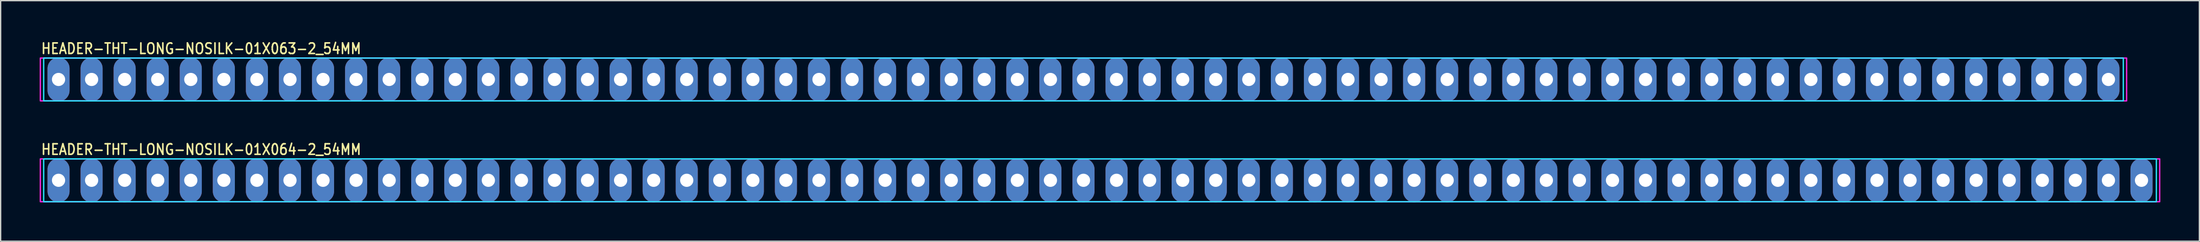
<source format=kicad_pcb>
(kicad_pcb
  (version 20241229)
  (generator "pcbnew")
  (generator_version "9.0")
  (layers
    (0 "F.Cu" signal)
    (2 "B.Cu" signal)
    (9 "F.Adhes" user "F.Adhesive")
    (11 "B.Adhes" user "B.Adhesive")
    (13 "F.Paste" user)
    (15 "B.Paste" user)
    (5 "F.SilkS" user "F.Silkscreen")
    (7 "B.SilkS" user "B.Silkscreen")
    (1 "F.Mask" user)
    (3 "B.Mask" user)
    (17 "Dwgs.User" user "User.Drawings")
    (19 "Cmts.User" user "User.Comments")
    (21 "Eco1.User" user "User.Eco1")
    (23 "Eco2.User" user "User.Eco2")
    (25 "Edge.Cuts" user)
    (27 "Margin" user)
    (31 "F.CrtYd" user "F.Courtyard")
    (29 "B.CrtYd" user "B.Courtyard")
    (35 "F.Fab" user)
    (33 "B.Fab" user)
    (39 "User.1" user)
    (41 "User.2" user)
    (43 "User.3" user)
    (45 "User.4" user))
  (footprint "HEADER-THT-LONG-NOSILK-01X064-2_54MM"
    (layer "F.Cu")
    (at 1.447 10.858)
    (property "Reference" "HEADER-THT-LONG-NOSILK-01X064-2_54MM" (at -1.4 -1.9 0) (unlocked yes) (layer "F.SilkS") (effects (font (size 0.813 0.695) (thickness 0.122)) (justify left bottom)))
    (fp_poly (pts (xy -1.143 -1.651) (xy 161.163 -1.651) (xy 161.163 1.651) (xy -1.143 1.651)) (stroke (width 0.1) (type solid)) (fill no) (layer "B.CrtYd"))
    (fp_poly (pts (xy -1.397 -1.651) (xy 161.417 -1.651) (xy 161.417 1.651) (xy -1.397 1.651)) (stroke (width 0.1) (type solid)) (fill no) (layer "F.CrtYd"))
    (pad "1" thru_hole oval (at 0 0 90) (size 3.387 1.693) (drill 1.016) (layers "*.Cu" "*.Mask"))
    (pad "2" thru_hole oval (at 2.54 0 90) (size 3.387 1.693) (drill 1.016) (layers "*.Cu" "*.Mask"))
    (pad "3" thru_hole oval (at 5.08 0 90) (size 3.387 1.693) (drill 1.016) (layers "*.Cu" "*.Mask"))
    (pad "4" thru_hole oval (at 7.62 0 90) (size 3.387 1.693) (drill 1.016) (layers "*.Cu" "*.Mask"))
    (pad "5" thru_hole oval (at 10.16 0 90) (size 3.387 1.693) (drill 1.016) (layers "*.Cu" "*.Mask"))
    (pad "6" thru_hole oval (at 12.7 0 90) (size 3.387 1.693) (drill 1.016) (layers "*.Cu" "*.Mask"))
    (pad "7" thru_hole oval (at 15.24 0 90) (size 3.387 1.693) (drill 1.016) (layers "*.Cu" "*.Mask"))
    (pad "8" thru_hole oval (at 17.78 0 90) (size 3.387 1.693) (drill 1.016) (layers "*.Cu" "*.Mask"))
    (pad "9" thru_hole oval (at 20.32 0 90) (size 3.387 1.693) (drill 1.016) (layers "*.Cu" "*.Mask"))
    (pad "10" thru_hole oval (at 22.86 0 90) (size 3.387 1.693) (drill 1.016) (layers "*.Cu" "*.Mask"))
    (pad "11" thru_hole oval (at 25.4 0 90) (size 3.387 1.693) (drill 1.016) (layers "*.Cu" "*.Mask"))
    (pad "12" thru_hole oval (at 27.94 0 90) (size 3.387 1.693) (drill 1.016) (layers "*.Cu" "*.Mask"))
    (pad "13" thru_hole oval (at 30.48 0 90) (size 3.387 1.693) (drill 1.016) (layers "*.Cu" "*.Mask"))
    (pad "14" thru_hole oval (at 33.02 0 90) (size 3.387 1.693) (drill 1.016) (layers "*.Cu" "*.Mask"))
    (pad "15" thru_hole oval (at 35.56 0 90) (size 3.387 1.693) (drill 1.016) (layers "*.Cu" "*.Mask"))
    (pad "16" thru_hole oval (at 38.1 0 90) (size 3.387 1.693) (drill 1.016) (layers "*.Cu" "*.Mask"))
    (pad "17" thru_hole oval (at 40.64 0 90) (size 3.387 1.693) (drill 1.016) (layers "*.Cu" "*.Mask"))
    (pad "18" thru_hole oval (at 43.18 0 90) (size 3.387 1.693) (drill 1.016) (layers "*.Cu" "*.Mask"))
    (pad "19" thru_hole oval (at 45.72 0 90) (size 3.387 1.693) (drill 1.016) (layers "*.Cu" "*.Mask"))
    (pad "20" thru_hole oval (at 48.26 0 90) (size 3.387 1.693) (drill 1.016) (layers "*.Cu" "*.Mask"))
    (pad "21" thru_hole oval (at 50.8 0 90) (size 3.387 1.693) (drill 1.016) (layers "*.Cu" "*.Mask"))
    (pad "22" thru_hole oval (at 53.34 0 90) (size 3.387 1.693) (drill 1.016) (layers "*.Cu" "*.Mask"))
    (pad "23" thru_hole oval (at 55.88 0 90) (size 3.387 1.693) (drill 1.016) (layers "*.Cu" "*.Mask"))
    (pad "24" thru_hole oval (at 58.42 0 90) (size 3.387 1.693) (drill 1.016) (layers "*.Cu" "*.Mask"))
    (pad "25" thru_hole oval (at 60.96 0 90) (size 3.387 1.693) (drill 1.016) (layers "*.Cu" "*.Mask"))
    (pad "26" thru_hole oval (at 63.5 0 90) (size 3.387 1.693) (drill 1.016) (layers "*.Cu" "*.Mask"))
    (pad "27" thru_hole oval (at 66.04 0 90) (size 3.387 1.693) (drill 1.016) (layers "*.Cu" "*.Mask"))
    (pad "28" thru_hole oval (at 68.58 0 90) (size 3.387 1.693) (drill 1.016) (layers "*.Cu" "*.Mask"))
    (pad "29" thru_hole oval (at 71.12 0 90) (size 3.387 1.693) (drill 1.016) (layers "*.Cu" "*.Mask"))
    (pad "30" thru_hole oval (at 73.66 0 90) (size 3.387 1.693) (drill 1.016) (layers "*.Cu" "*.Mask"))
    (pad "31" thru_hole oval (at 76.2 0 90) (size 3.387 1.693) (drill 1.016) (layers "*.Cu" "*.Mask"))
    (pad "32" thru_hole oval (at 78.74 0 90) (size 3.387 1.693) (drill 1.016) (layers "*.Cu" "*.Mask"))
    (pad "33" thru_hole oval (at 81.28 0 90) (size 3.387 1.693) (drill 1.016) (layers "*.Cu" "*.Mask"))
    (pad "34" thru_hole oval (at 83.82 0 90) (size 3.387 1.693) (drill 1.016) (layers "*.Cu" "*.Mask"))
    (pad "35" thru_hole oval (at 86.36 0 90) (size 3.387 1.693) (drill 1.016) (layers "*.Cu" "*.Mask"))
    (pad "36" thru_hole oval (at 88.9 0 90) (size 3.387 1.693) (drill 1.016) (layers "*.Cu" "*.Mask"))
    (pad "37" thru_hole oval (at 91.44 0 90) (size 3.387 1.693) (drill 1.016) (layers "*.Cu" "*.Mask"))
    (pad "38" thru_hole oval (at 93.98 0 90) (size 3.387 1.693) (drill 1.016) (layers "*.Cu" "*.Mask"))
    (pad "39" thru_hole oval (at 96.52 0 90) (size 3.387 1.693) (drill 1.016) (layers "*.Cu" "*.Mask"))
    (pad "40" thru_hole oval (at 99.06 0 90) (size 3.387 1.693) (drill 1.016) (layers "*.Cu" "*.Mask"))
    (pad "41" thru_hole oval (at 101.6 0 90) (size 3.387 1.693) (drill 1.016) (layers "*.Cu" "*.Mask"))
    (pad "42" thru_hole oval (at 104.14 0 90) (size 3.387 1.693) (drill 1.016) (layers "*.Cu" "*.Mask"))
    (pad "43" thru_hole oval (at 106.68 0 90) (size 3.387 1.693) (drill 1.016) (layers "*.Cu" "*.Mask"))
    (pad "44" thru_hole oval (at 109.22 0 90) (size 3.387 1.693) (drill 1.016) (layers "*.Cu" "*.Mask"))
    (pad "45" thru_hole oval (at 111.76 0 90) (size 3.387 1.693) (drill 1.016) (layers "*.Cu" "*.Mask"))
    (pad "46" thru_hole oval (at 114.3 0 90) (size 3.387 1.693) (drill 1.016) (layers "*.Cu" "*.Mask"))
    (pad "47" thru_hole oval (at 116.84 0 90) (size 3.387 1.693) (drill 1.016) (layers "*.Cu" "*.Mask"))
    (pad "48" thru_hole oval (at 119.38 0 90) (size 3.387 1.693) (drill 1.016) (layers "*.Cu" "*.Mask"))
    (pad "49" thru_hole oval (at 121.92 0 90) (size 3.387 1.693) (drill 1.016) (layers "*.Cu" "*.Mask"))
    (pad "50" thru_hole oval (at 124.46 0 90) (size 3.387 1.693) (drill 1.016) (layers "*.Cu" "*.Mask"))
    (pad "51" thru_hole oval (at 127 0 90) (size 3.387 1.693) (drill 1.016) (layers "*.Cu" "*.Mask"))
    (pad "52" thru_hole oval (at 129.54 0 90) (size 3.387 1.693) (drill 1.016) (layers "*.Cu" "*.Mask"))
    (pad "53" thru_hole oval (at 132.08 0 90) (size 3.387 1.693) (drill 1.016) (layers "*.Cu" "*.Mask"))
    (pad "54" thru_hole oval (at 134.62 0 90) (size 3.387 1.693) (drill 1.016) (layers "*.Cu" "*.Mask"))
    (pad "55" thru_hole oval (at 137.16 0 90) (size 3.387 1.693) (drill 1.016) (layers "*.Cu" "*.Mask"))
    (pad "56" thru_hole oval (at 139.7 0 90) (size 3.387 1.693) (drill 1.016) (layers "*.Cu" "*.Mask"))
    (pad "57" thru_hole oval (at 142.24 0 90) (size 3.387 1.693) (drill 1.016) (layers "*.Cu" "*.Mask"))
    (pad "58" thru_hole oval (at 144.78 0 90) (size 3.387 1.693) (drill 1.016) (layers "*.Cu" "*.Mask"))
    (pad "59" thru_hole oval (at 147.32 0 90) (size 3.387 1.693) (drill 1.016) (layers "*.Cu" "*.Mask"))
    (pad "60" thru_hole oval (at 149.86 0 90) (size 3.387 1.693) (drill 1.016) (layers "*.Cu" "*.Mask"))
    (pad "61" thru_hole oval (at 152.4 0 90) (size 3.387 1.693) (drill 1.016) (layers "*.Cu" "*.Mask"))
    (pad "62" thru_hole oval (at 154.94 0 90) (size 3.387 1.693) (drill 1.016) (layers "*.Cu" "*.Mask"))
    (pad "63" thru_hole oval (at 157.48 0 90) (size 3.387 1.693) (drill 1.016) (layers "*.Cu" "*.Mask"))
    (pad "64" thru_hole oval (at 160.02 0 90) (size 3.387 1.693) (drill 1.016) (layers "*.Cu" "*.Mask")))
  (footprint "HEADER-THT-LONG-NOSILK-01X063-2_54MM"
    (layer "F.Cu")
    (at 1.447 3.079)
    (property "Reference" "HEADER-THT-LONG-NOSILK-01X063-2_54MM" (at -1.4 -1.9 0) (unlocked yes) (layer "F.SilkS") (effects (font (size 0.813 0.695) (thickness 0.122)) (justify left bottom)))
    (fp_poly (pts (xy -1.143 -1.651) (xy 158.623 -1.651) (xy 158.623 1.651) (xy -1.143 1.651)) (stroke (width 0.1) (type solid)) (fill no) (layer "B.CrtYd"))
    (fp_poly (pts (xy -1.397 -1.651) (xy 158.877 -1.651) (xy 158.877 1.651) (xy -1.397 1.651)) (stroke (width 0.1) (type solid)) (fill no) (layer "F.CrtYd"))
    (pad "1" thru_hole oval (at 0 0 90) (size 3.387 1.693) (drill 1.016) (layers "*.Cu" "*.Mask"))
    (pad "2" thru_hole oval (at 2.54 0 90) (size 3.387 1.693) (drill 1.016) (layers "*.Cu" "*.Mask"))
    (pad "3" thru_hole oval (at 5.08 0 90) (size 3.387 1.693) (drill 1.016) (layers "*.Cu" "*.Mask"))
    (pad "4" thru_hole oval (at 7.62 0 90) (size 3.387 1.693) (drill 1.016) (layers "*.Cu" "*.Mask"))
    (pad "5" thru_hole oval (at 10.16 0 90) (size 3.387 1.693) (drill 1.016) (layers "*.Cu" "*.Mask"))
    (pad "6" thru_hole oval (at 12.7 0 90) (size 3.387 1.693) (drill 1.016) (layers "*.Cu" "*.Mask"))
    (pad "7" thru_hole oval (at 15.24 0 90) (size 3.387 1.693) (drill 1.016) (layers "*.Cu" "*.Mask"))
    (pad "8" thru_hole oval (at 17.78 0 90) (size 3.387 1.693) (drill 1.016) (layers "*.Cu" "*.Mask"))
    (pad "9" thru_hole oval (at 20.32 0 90) (size 3.387 1.693) (drill 1.016) (layers "*.Cu" "*.Mask"))
    (pad "10" thru_hole oval (at 22.86 0 90) (size 3.387 1.693) (drill 1.016) (layers "*.Cu" "*.Mask"))
    (pad "11" thru_hole oval (at 25.4 0 90) (size 3.387 1.693) (drill 1.016) (layers "*.Cu" "*.Mask"))
    (pad "12" thru_hole oval (at 27.94 0 90) (size 3.387 1.693) (drill 1.016) (layers "*.Cu" "*.Mask"))
    (pad "13" thru_hole oval (at 30.48 0 90) (size 3.387 1.693) (drill 1.016) (layers "*.Cu" "*.Mask"))
    (pad "14" thru_hole oval (at 33.02 0 90) (size 3.387 1.693) (drill 1.016) (layers "*.Cu" "*.Mask"))
    (pad "15" thru_hole oval (at 35.56 0 90) (size 3.387 1.693) (drill 1.016) (layers "*.Cu" "*.Mask"))
    (pad "16" thru_hole oval (at 38.1 0 90) (size 3.387 1.693) (drill 1.016) (layers "*.Cu" "*.Mask"))
    (pad "17" thru_hole oval (at 40.64 0 90) (size 3.387 1.693) (drill 1.016) (layers "*.Cu" "*.Mask"))
    (pad "18" thru_hole oval (at 43.18 0 90) (size 3.387 1.693) (drill 1.016) (layers "*.Cu" "*.Mask"))
    (pad "19" thru_hole oval (at 45.72 0 90) (size 3.387 1.693) (drill 1.016) (layers "*.Cu" "*.Mask"))
    (pad "20" thru_hole oval (at 48.26 0 90) (size 3.387 1.693) (drill 1.016) (layers "*.Cu" "*.Mask"))
    (pad "21" thru_hole oval (at 50.8 0 90) (size 3.387 1.693) (drill 1.016) (layers "*.Cu" "*.Mask"))
    (pad "22" thru_hole oval (at 53.34 0 90) (size 3.387 1.693) (drill 1.016) (layers "*.Cu" "*.Mask"))
    (pad "23" thru_hole oval (at 55.88 0 90) (size 3.387 1.693) (drill 1.016) (layers "*.Cu" "*.Mask"))
    (pad "24" thru_hole oval (at 58.42 0 90) (size 3.387 1.693) (drill 1.016) (layers "*.Cu" "*.Mask"))
    (pad "25" thru_hole oval (at 60.96 0 90) (size 3.387 1.693) (drill 1.016) (layers "*.Cu" "*.Mask"))
    (pad "26" thru_hole oval (at 63.5 0 90) (size 3.387 1.693) (drill 1.016) (layers "*.Cu" "*.Mask"))
    (pad "27" thru_hole oval (at 66.04 0 90) (size 3.387 1.693) (drill 1.016) (layers "*.Cu" "*.Mask"))
    (pad "28" thru_hole oval (at 68.58 0 90) (size 3.387 1.693) (drill 1.016) (layers "*.Cu" "*.Mask"))
    (pad "29" thru_hole oval (at 71.12 0 90) (size 3.387 1.693) (drill 1.016) (layers "*.Cu" "*.Mask"))
    (pad "30" thru_hole oval (at 73.66 0 90) (size 3.387 1.693) (drill 1.016) (layers "*.Cu" "*.Mask"))
    (pad "31" thru_hole oval (at 76.2 0 90) (size 3.387 1.693) (drill 1.016) (layers "*.Cu" "*.Mask"))
    (pad "32" thru_hole oval (at 78.74 0 90) (size 3.387 1.693) (drill 1.016) (layers "*.Cu" "*.Mask"))
    (pad "33" thru_hole oval (at 81.28 0 90) (size 3.387 1.693) (drill 1.016) (layers "*.Cu" "*.Mask"))
    (pad "34" thru_hole oval (at 83.82 0 90) (size 3.387 1.693) (drill 1.016) (layers "*.Cu" "*.Mask"))
    (pad "35" thru_hole oval (at 86.36 0 90) (size 3.387 1.693) (drill 1.016) (layers "*.Cu" "*.Mask"))
    (pad "36" thru_hole oval (at 88.9 0 90) (size 3.387 1.693) (drill 1.016) (layers "*.Cu" "*.Mask"))
    (pad "37" thru_hole oval (at 91.44 0 90) (size 3.387 1.693) (drill 1.016) (layers "*.Cu" "*.Mask"))
    (pad "38" thru_hole oval (at 93.98 0 90) (size 3.387 1.693) (drill 1.016) (layers "*.Cu" "*.Mask"))
    (pad "39" thru_hole oval (at 96.52 0 90) (size 3.387 1.693) (drill 1.016) (layers "*.Cu" "*.Mask"))
    (pad "40" thru_hole oval (at 99.06 0 90) (size 3.387 1.693) (drill 1.016) (layers "*.Cu" "*.Mask"))
    (pad "41" thru_hole oval (at 101.6 0 90) (size 3.387 1.693) (drill 1.016) (layers "*.Cu" "*.Mask"))
    (pad "42" thru_hole oval (at 104.14 0 90) (size 3.387 1.693) (drill 1.016) (layers "*.Cu" "*.Mask"))
    (pad "43" thru_hole oval (at 106.68 0 90) (size 3.387 1.693) (drill 1.016) (layers "*.Cu" "*.Mask"))
    (pad "44" thru_hole oval (at 109.22 0 90) (size 3.387 1.693) (drill 1.016) (layers "*.Cu" "*.Mask"))
    (pad "45" thru_hole oval (at 111.76 0 90) (size 3.387 1.693) (drill 1.016) (layers "*.Cu" "*.Mask"))
    (pad "46" thru_hole oval (at 114.3 0 90) (size 3.387 1.693) (drill 1.016) (layers "*.Cu" "*.Mask"))
    (pad "47" thru_hole oval (at 116.84 0 90) (size 3.387 1.693) (drill 1.016) (layers "*.Cu" "*.Mask"))
    (pad "48" thru_hole oval (at 119.38 0 90) (size 3.387 1.693) (drill 1.016) (layers "*.Cu" "*.Mask"))
    (pad "49" thru_hole oval (at 121.92 0 90) (size 3.387 1.693) (drill 1.016) (layers "*.Cu" "*.Mask"))
    (pad "50" thru_hole oval (at 124.46 0 90) (size 3.387 1.693) (drill 1.016) (layers "*.Cu" "*.Mask"))
    (pad "51" thru_hole oval (at 127 0 90) (size 3.387 1.693) (drill 1.016) (layers "*.Cu" "*.Mask"))
    (pad "52" thru_hole oval (at 129.54 0 90) (size 3.387 1.693) (drill 1.016) (layers "*.Cu" "*.Mask"))
    (pad "53" thru_hole oval (at 132.08 0 90) (size 3.387 1.693) (drill 1.016) (layers "*.Cu" "*.Mask"))
    (pad "54" thru_hole oval (at 134.62 0 90) (size 3.387 1.693) (drill 1.016) (layers "*.Cu" "*.Mask"))
    (pad "55" thru_hole oval (at 137.16 0 90) (size 3.387 1.693) (drill 1.016) (layers "*.Cu" "*.Mask"))
    (pad "56" thru_hole oval (at 139.7 0 90) (size 3.387 1.693) (drill 1.016) (layers "*.Cu" "*.Mask"))
    (pad "57" thru_hole oval (at 142.24 0 90) (size 3.387 1.693) (drill 1.016) (layers "*.Cu" "*.Mask"))
    (pad "58" thru_hole oval (at 144.78 0 90) (size 3.387 1.693) (drill 1.016) (layers "*.Cu" "*.Mask"))
    (pad "59" thru_hole oval (at 147.32 0 90) (size 3.387 1.693) (drill 1.016) (layers "*.Cu" "*.Mask"))
    (pad "60" thru_hole oval (at 149.86 0 90) (size 3.387 1.693) (drill 1.016) (layers "*.Cu" "*.Mask"))
    (pad "61" thru_hole oval (at 152.4 0 90) (size 3.387 1.693) (drill 1.016) (layers "*.Cu" "*.Mask"))
    (pad "62" thru_hole oval (at 154.94 0 90) (size 3.387 1.693) (drill 1.016) (layers "*.Cu" "*.Mask"))
    (pad "63" thru_hole oval (at 157.48 0 90) (size 3.387 1.693) (drill 1.016) (layers "*.Cu" "*.Mask")))
  (gr_rect
    (start -3 -3)
    (end 165.914 15.559)
    (stroke (width 0.1) (type default))
    (fill no)
    (layer "Edge.Cuts")))
</source>
